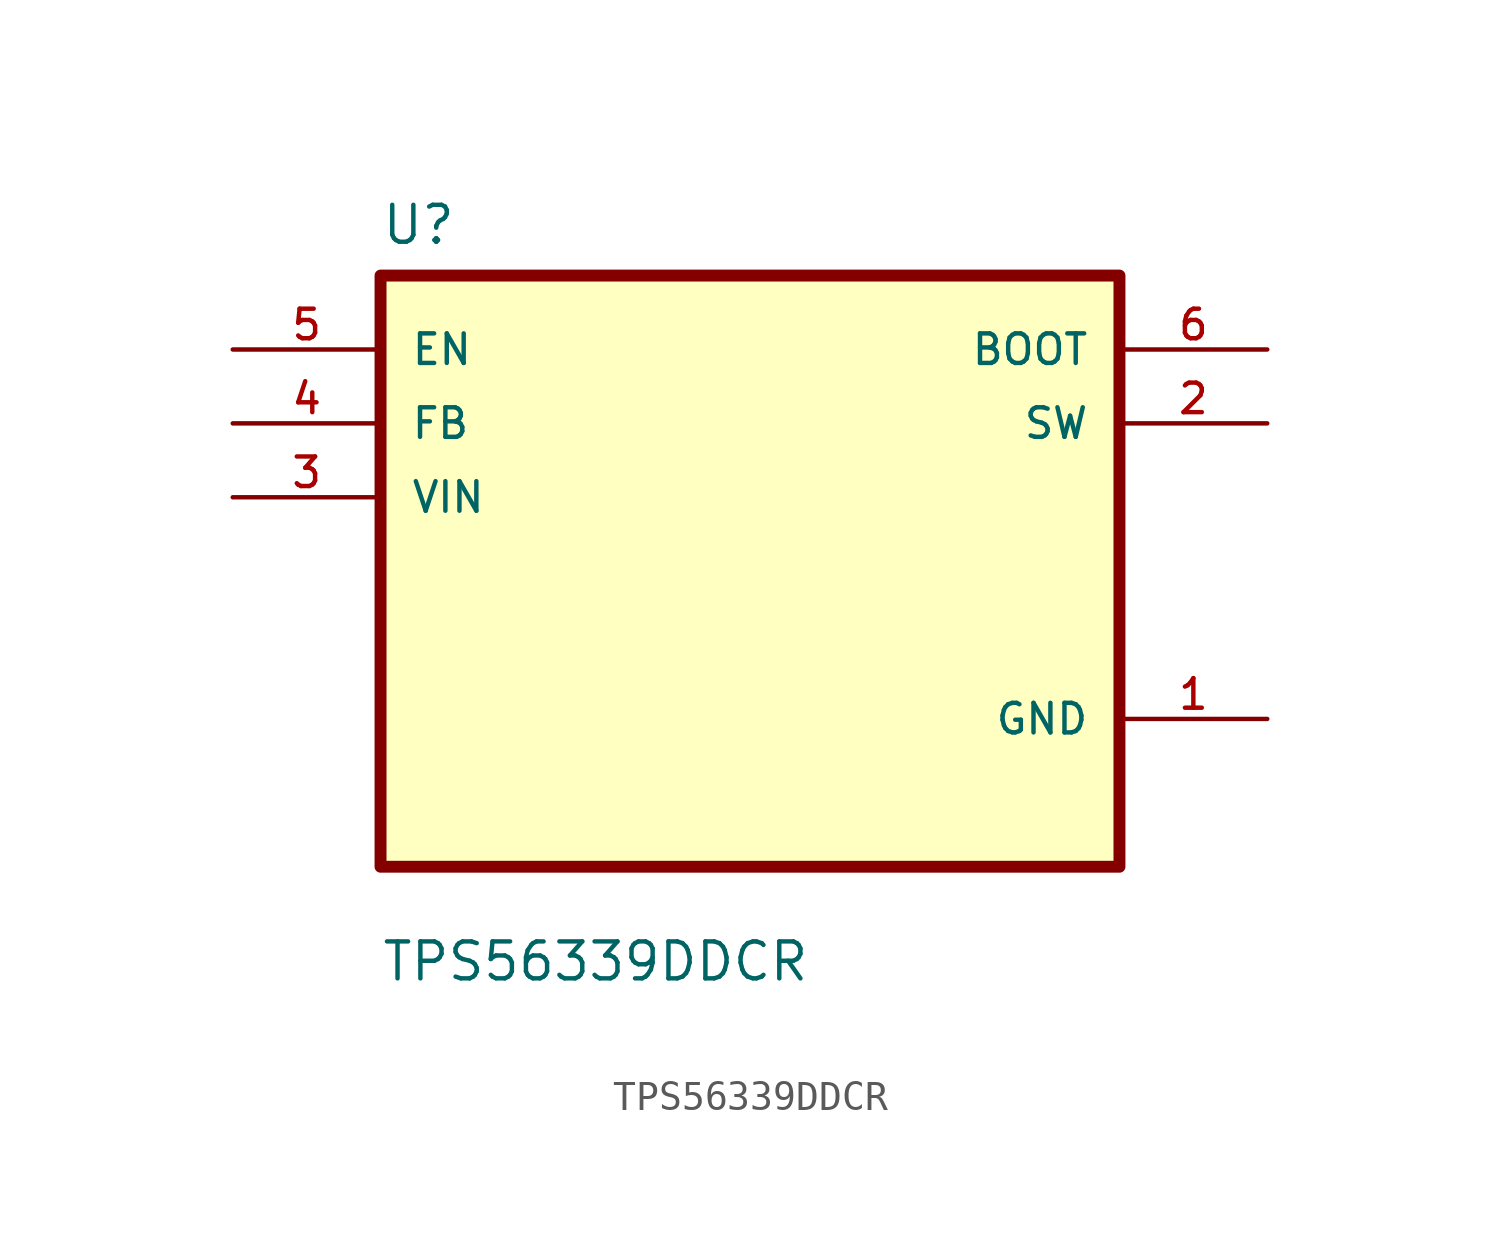
<source format=kicad_sym>
(kicad_symbol_lib
  (version 20211014)
  (generator kicad_symbol_editor)
  (symbol "TPS56339DDCR"
    (pin_names
      (offset 1.016))
    (property "Reference" "U"
      (at -12.7 11.16 0.0)
      (effects (font (size 1.27 1.27)) (justify bottom left)))
    (property "Value" "TPS56339DDCR"
      (at -12.7 -14.16 0.0)
      (effects (font (size 1.27 1.27)) (justify bottom left)))
    (symbol "TPS56339DDCR_0_0"
      (rectangle (start -12.7 -10.16) (end 12.7 10.16) (stroke (width 0.41)) (fill (type background)))
      (pin input line (at -17.78 7.62 0) (length 5.08) (name "EN" (effects (font (size 1.016 1.016)))) (number "5" (effects (font (size 1.016 1.016)))))
      (pin input line (at -17.78 5.08 0) (length 5.08) (name "FB" (effects (font (size 1.016 1.016)))) (number "4" (effects (font (size 1.016 1.016)))))
      (pin input line (at -17.78 2.54 0) (length 5.08) (name "VIN" (effects (font (size 1.016 1.016)))) (number "3" (effects (font (size 1.016 1.016)))))
      (pin output line (at 17.78 7.62 180.0) (length 5.08) (name "BOOT" (effects (font (size 1.016 1.016)))) (number "6" (effects (font (size 1.016 1.016)))))
      (pin output line (at 17.78 5.08 180.0) (length 5.08) (name "SW" (effects (font (size 1.016 1.016)))) (number "2" (effects (font (size 1.016 1.016)))))
      (pin power_in line (at 17.78 -5.08 180.0) (length 5.08) (name "GND" (effects (font (size 1.016 1.016)))) (number "1" (effects (font (size 1.016 1.016))))))))
</source>
